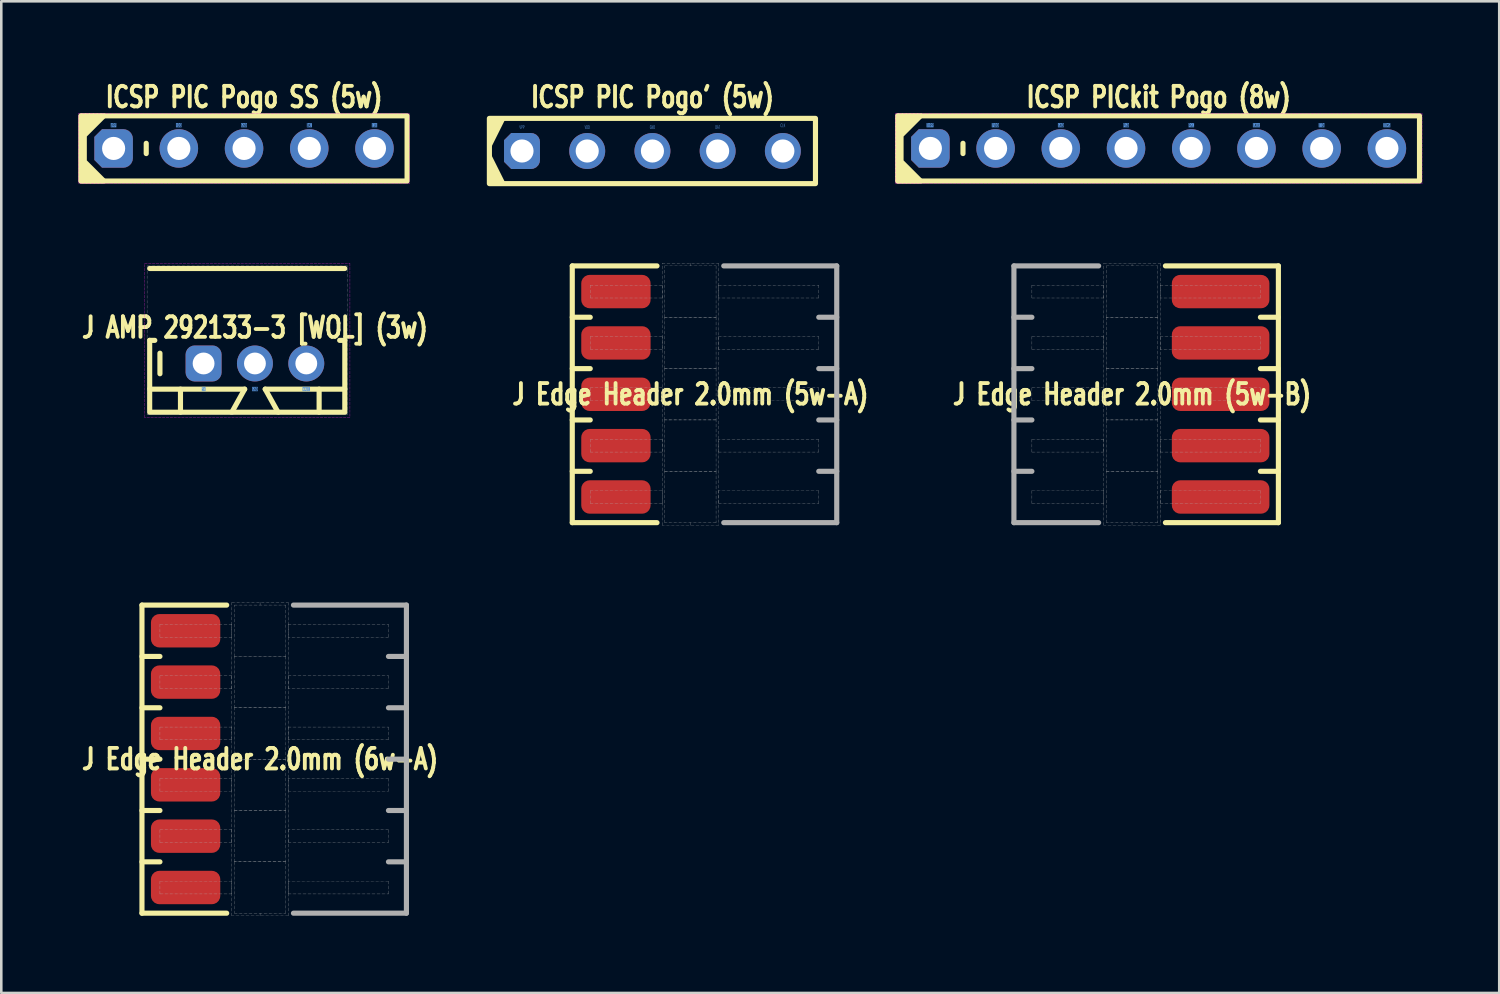
<source format=kicad_pcb>
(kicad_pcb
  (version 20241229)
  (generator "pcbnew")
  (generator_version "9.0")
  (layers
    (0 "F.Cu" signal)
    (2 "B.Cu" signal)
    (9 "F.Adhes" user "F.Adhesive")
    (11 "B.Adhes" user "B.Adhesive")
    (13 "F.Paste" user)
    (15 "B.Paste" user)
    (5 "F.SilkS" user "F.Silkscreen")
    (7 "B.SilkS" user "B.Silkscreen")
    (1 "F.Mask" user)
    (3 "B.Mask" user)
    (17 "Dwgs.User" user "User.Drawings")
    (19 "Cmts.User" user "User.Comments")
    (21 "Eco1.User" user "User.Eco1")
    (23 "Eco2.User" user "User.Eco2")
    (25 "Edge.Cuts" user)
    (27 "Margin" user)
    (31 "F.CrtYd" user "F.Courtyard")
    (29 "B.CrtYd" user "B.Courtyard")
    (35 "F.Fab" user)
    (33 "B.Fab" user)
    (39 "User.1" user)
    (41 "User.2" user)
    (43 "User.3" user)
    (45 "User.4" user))
  (footprint "J Edge Header 2.0mm (5w-B)"
    (layer "F.Cu")
    (at 41.039 12.306)
    (property "Reference" "J Edge Header 2.0mm (5w-B)" (at 0 0 0) (layer "F.SilkS") (effects (font (size 0.8 0.6) (thickness 0.15) (bold yes))))
    (attr through_hole)
    (fp_line (start 5.7 -5) (end 1.3 -5) (stroke (width 0.2) (type default)) (layer "F.SilkS"))
    (fp_line (start 5.7 -3) (end 5 -3) (stroke (width 0.2) (type default)) (layer "F.SilkS"))
    (fp_line (start 5.7 -1) (end 5 -1) (stroke (width 0.2) (type default)) (layer "F.SilkS"))
    (fp_line (start 5.7 1) (end 5 1) (stroke (width 0.2) (type default)) (layer "F.SilkS"))
    (fp_line (start 5.7 3) (end 5 3) (stroke (width 0.2) (type default)) (layer "F.SilkS"))
    (fp_line (start 5.7 5) (end 1.3 5) (stroke (width 0.2) (type default)) (layer "F.SilkS"))
    (fp_line (start 5.7 5) (end 5.7 -5) (stroke (width 0.2) (type default)) (layer "F.SilkS"))
    (fp_line (start -4.6 -5) (end -1.3 -5) (stroke (width 0.2) (type default)) (layer "F.Fab"))
    (fp_line (start -4.6 -3) (end -3.9 -3) (stroke (width 0.2) (type default)) (layer "F.Fab"))
    (fp_line (start -4.6 -1) (end -3.9 -1) (stroke (width 0.2) (type default)) (layer "F.Fab"))
    (fp_line (start -4.6 1) (end -3.9 1) (stroke (width 0.2) (type default)) (layer "F.Fab"))
    (fp_line (start -4.6 3) (end -3.9 3) (stroke (width 0.2) (type default)) (layer "F.Fab"))
    (fp_line (start -4.6 5) (end -4.6 -5) (stroke (width 0.2) (type default)) (layer "F.Fab"))
    (fp_line (start -4.6 5) (end -1.3 5) (stroke (width 0.2) (type default)) (layer "F.Fab"))
    (fp_line (start 0 -5.1) (end 0 -5) (stroke (width 0.01) (type solid)) (layer "F.Fab"))
    (fp_line (start 0 5.1) (end 0 5) (stroke (width 0.01) (type solid)) (layer "F.Fab"))
    (fp_rect (start -1.1 -5.1) (end 1.1 5.1) (stroke (width 0.01) (type dash_dot)) (fill no) (layer "F.Fab"))
    (fp_rect (start -1.1 -4.25) (end -3.9 -3.75) (stroke (width 0.01) (type dash_dot)) (fill no) (layer "F.Fab"))
    (fp_rect (start -1.1 -2.25) (end -3.9 -1.75) (stroke (width 0.01) (type dash_dot)) (fill no) (layer "F.Fab"))
    (fp_rect (start -1.1 -0.25) (end -3.9 0.25) (stroke (width 0.01) (type dash_dot)) (fill no) (layer "F.Fab"))
    (fp_rect (start -1.1 2.25) (end -3.9 1.75) (stroke (width 0.01) (type dash_dot)) (fill no) (layer "F.Fab"))
    (fp_rect (start -1.1 4.25) (end -3.9 3.75) (stroke (width 0.01) (type dash_dot)) (fill no) (layer "F.Fab"))
    (fp_rect (start -1 -5) (end 1 -3) (stroke (width 0.01) (type dash_dot)) (fill no) (layer "F.Fab"))
    (fp_rect (start -1 -1) (end 1 -3) (stroke (width 0.01) (type dash_dot)) (fill no) (layer "F.Fab"))
    (fp_rect (start -1 -1) (end 1 1) (stroke (width 0.01) (type dash_dot)) (fill no) (layer "F.Fab"))
    (fp_rect (start -1 3) (end 1 1) (stroke (width 0.01) (type dash_dot)) (fill no) (layer "F.Fab"))
    (fp_rect (start -1 3) (end 1 5) (stroke (width 0.01) (type dash_dot)) (fill no) (layer "F.Fab"))
    (fp_rect (start 1.1 -4.25) (end 5 -3.75) (stroke (width 0.01) (type dash_dot)) (fill no) (layer "F.Fab"))
    (fp_rect (start 1.1 -2.25) (end 5 -1.75) (stroke (width 0.01) (type dash_dot)) (fill no) (layer "F.Fab"))
    (fp_rect (start 1.1 -0.25) (end 5 0.25) (stroke (width 0.01) (type dash_dot)) (fill no) (layer "F.Fab"))
    (fp_rect (start 1.1 2.25) (end 5 1.75) (stroke (width 0.01) (type dash_dot)) (fill no) (layer "F.Fab"))
    (fp_rect (start 1.1 4.25) (end 5 3.75) (stroke (width 0.01) (type dash_dot)) (fill no) (layer "F.Fab"))
    (pad "1" smd roundrect (at 3.45 -4 180) (size 3.8 1.3) (layers "F.Cu" "F.Mask" "F.Paste") (roundrect_rratio 0.25))
    (pad "2" smd roundrect (at 3.45 -2 180) (size 3.8 1.3) (layers "F.Cu" "F.Mask" "F.Paste") (roundrect_rratio 0.25))
    (pad "3" smd roundrect (at 3.45 0 180) (size 3.8 1.3) (layers "F.Cu" "F.Mask" "F.Paste") (roundrect_rratio 0.25))
    (pad "4" smd roundrect (at 3.45 2 180) (size 3.8 1.3) (layers "F.Cu" "F.Mask" "F.Paste") (roundrect_rratio 0.25))
    (pad "5" smd roundrect (at 3.45 4 180) (size 3.8 1.3) (layers "F.Cu" "F.Mask" "F.Paste") (roundrect_rratio 0.25)))
  (footprint "J AMP 292133-3 [WOL] (3w)"
    (layer "F.Cu")
    (at 6.879 11.106)
    (property "Reference" "J AMP 292133-3 [WOL] (3w)" (at 0 -1.4 0) (layer "F.SilkS") (effects (font (size 0.8 0.6) (thickness 0.15) (bold yes))))
    (attr through_hole)
    (fp_line (start -4.1 1) (end -4.1 -0.9) (stroke (width 0.2) (type default)) (layer "F.SilkS"))
    (fp_line (start -3.9 -0.9) (end -4.1 -0.9) (stroke (width 0.2) (type default)) (layer "F.SilkS"))
    (fp_line (start -3.7 -0.4) (end -3.7 0.4) (stroke (width 0.2) (type default)) (layer "F.SilkS"))
    (fp_line (start -2.9 1) (end -0.4 1) (stroke (width 0.2) (type default)) (layer "F.SilkS"))
    (fp_line (start -0.9 1.9) (end -0.4 1) (stroke (width 0.2) (type default)) (layer "F.SilkS"))
    (fp_line (start 0.9 1.9) (end 0.4 1) (stroke (width 0.2) (type default)) (layer "F.SilkS"))
    (fp_line (start 2.5 1) (end 0.4 1) (stroke (width 0.2) (type default)) (layer "F.SilkS"))
    (fp_line (start 2.5 1.9) (end -2.9 1.9) (stroke (width 0.2) (type default)) (layer "F.SilkS"))
    (fp_line (start 3.3 -0.9) (end 3.5 -0.9) (stroke (width 0.2) (type default)) (layer "F.SilkS"))
    (fp_line (start 3.5 -3.7) (end -4.1 -3.7) (stroke (width 0.2) (type default)) (layer "F.SilkS"))
    (fp_line (start 3.5 1) (end 3.5 -0.9) (stroke (width 0.2) (type default)) (layer "F.SilkS"))
    (fp_rect (start -2.9 1) (end -4.1 1.9) (stroke (width 0.2) (type default)) (fill no) (layer "F.SilkS"))
    (fp_rect (start 3.5 1) (end 2.5 1.9) (stroke (width 0.2) (type default)) (fill no) (layer "F.SilkS"))
    (fp_rect (start -4.3 -3.9) (end 3.7 2.1) (stroke (width 0.01) (type dash)) (fill no) (layer "F.CrtYd"))
    (fp_rect (start -4.2 2) (end 3.6 -3.8) (stroke (width 0.01) (type dash_dot)) (fill no) (layer "F.Fab"))
    (fp_text user "GND" (at 0 1 0) (layer "Cmts.User" knockout) (effects (font (size 0.13 0.07) (thickness 0.01) (bold yes))))
    (fp_text user "WAKE" (at 2 1 0) (layer "Cmts.User" knockout) (effects (font (size 0.13 0.07) (thickness 0.01) (bold yes))))
    (fp_text user "5V" (at -2 1 0) (layer "Cmts.User" knockout) (effects (font (size 0.13 0.07) (thickness 0.01) (bold yes))))
    (pad "1" thru_hole roundrect (at -2 0) (size 1.4 1.4) (drill 0.85) (layers "*.Cu" "*.Mask") (roundrect_rratio 0.25))
    (pad "2" thru_hole circle (at 0 0) (size 1.4 1.4) (drill 0.85) (layers "*.Cu" "*.Mask"))
    (pad "3" thru_hole circle (at 2 0) (size 1.4 1.4) (drill 0.85) (layers "*.Cu" "*.Mask")))
  (footprint "ICSP PIC Pogo' (5w)"
    (layer "F.Cu")
    (at 22.36 2.831)
    (property "Reference" "ICSP PIC Pogo' (5w)" (at 0 -2.1 0) (unlocked yes) (layer "F.SilkS") (effects (font (size 0.8 0.6) (thickness 0.15) (bold yes))))
    (attr smd)
    (fp_rect (start -6.35 -1.27) (end 6.35 1.27) (stroke (width 0.2) (type default)) (fill no) (layer "F.SilkS"))
    (fp_poly (pts (xy -5.715 -1.27) (xy -6.35 -1.27) (xy -6.35 0)) (stroke (width 0) (type solid)) (fill yes) (layer "F.SilkS"))
    (fp_poly (pts (xy -5.715 1.27) (xy -6.35 0) (xy -6.35 1.27)) (stroke (width 0) (type solid)) (fill yes) (layer "F.SilkS"))
    (fp_text user "DAT" (at 2.54 -1 0) (unlocked yes) (layer "Cmts.User") (effects (font (size 0.13 0.07) (thickness 0.01)) (justify top)))
    (fp_text user "VDD" (at -2.54 -1 0) (unlocked yes) (layer "Cmts.User") (effects (font (size 0.13 0.07) (thickness 0.01) (bold yes)) (justify top)))
    (fp_text user "VPP" (at -5.08 -1 0) (unlocked yes) (layer "Cmts.User") (effects (font (size 0.13 0.07) (thickness 0.01) (bold yes)) (justify top)))
    (fp_text user "GND" (at 0 -1 0) (unlocked yes) (layer "Cmts.User") (effects (font (size 0.13 0.07) (thickness 0.01) (bold yes)) (justify top)))
    (fp_text user "CLK" (at 5.08 -1.07 0) (unlocked yes) (layer "Cmts.User") (effects (font (size 0.13 0.07) (thickness 0.01)) (justify top)))
    (pad "1" thru_hole roundrect (at -5.08 0) (size 1.4 1.4) (drill 0.9) (layers "*.Cu" "F.Mask") (roundrect_rratio 0.25) (chamfer_ratio 0.2) (chamfer top_left bottom_left))
    (pad "2" thru_hole circle (at -2.54 0) (size 1.4 1.4) (drill 0.9) (layers "*.Cu" "F.Mask"))
    (pad "3" thru_hole circle (at 0 0) (size 1.4 1.4) (drill 0.9) (layers "*.Cu" "F.Mask"))
    (pad "4" thru_hole circle (at 2.54 0) (size 1.4 1.4) (drill 0.9) (layers "*.Cu" "F.Mask"))
    (pad "5" thru_hole circle (at 5.08 0) (size 1.4 1.4) (drill 0.9) (layers "*.Cu" "F.Mask")))
  (footprint "ICSP PICkit Pogo (8w)"
    (layer "F.Cu")
    (at 42.075 2.731)
    (property "Reference" "ICSP PICkit Pogo (8w)" (at 0 -2 0) (layer "F.SilkS") (effects (font (size 0.8 0.6) (thickness 0.15) (bold yes))))
    (attr through_hole)
    (fp_line (start -7.62 -0.2) (end -7.62 0.2) (stroke (width 0.2) (type default)) (layer "F.SilkS"))
    (fp_rect (start -10.16 -1.27) (end 10.16 1.27) (stroke (width 0.2) (type default)) (fill no) (layer "F.SilkS"))
    (fp_poly (pts (xy -10.033 -0.508) (xy -9.271 -1.27) (xy -10.16 -1.27) (xy -10.16 1.27) (xy -9.271 1.27) (xy -10.033 0.508)) (stroke (width 0.2) (type solid)) (fill yes) (layer "F.SilkS"))
    (fp_rect (start -10.26 -1.37) (end 10.26 1.37) (stroke (width 0.01) (type dash)) (fill no) (layer "F.CrtYd"))
    (fp_text user "TTDI" (at 6.35 -0.9 0) (layer "Cmts.User" knockout) (effects (font (size 0.13 0.07) (thickness 0.01))))
    (fp_text user "PGC" (at 1.27 -0.9 0) (layer "Cmts.User" knockout) (effects (font (size 0.13 0.07) (thickness 0.01))))
    (fp_text user "TTMS" (at 8.89 -0.9 0) (layer "Cmts.User" knockout) (effects (font (size 0.13 0.07) (thickness 0.01))))
    (fp_text user "TAUX" (at 3.81 -0.9 0) (layer "Cmts.User" knockout) (effects (font (size 0.13 0.07) (thickness 0.01))))
    (fp_text user "GND" (at -3.81 -0.9 0) (layer "Cmts.User" knockout) (effects (font (size 0.13 0.07) (thickness 0.01) (bold yes))))
    (fp_text user "TVPP" (at -8.9 -0.9 0) (layer "Cmts.User" knockout) (effects (font (size 0.13 0.07) (thickness 0.01) (bold yes))))
    (fp_text user "TVDD" (at -6.36 -0.9 0) (layer "Cmts.User" knockout) (effects (font (size 0.13 0.07) (thickness 0.01) (bold yes))))
    (fp_text user "PGD" (at -1.27 -0.9 0) (layer "Cmts.User" knockout) (effects (font (size 0.13 0.07) (thickness 0.01))))
    (pad "1" thru_hole roundrect (at -8.89 0) (size 1.5 1.5) (drill 0.9) (layers "*.Cu" "*.Mask") (roundrect_rratio 0.25) (chamfer_ratio 0.2) (chamfer top_left bottom_left))
    (pad "2" thru_hole circle (at -6.35 0) (size 1.5 1.5) (drill 0.9) (layers "*.Cu" "*.Mask"))
    (pad "3" thru_hole circle (at -3.81 0) (size 1.5 1.5) (drill 0.9) (layers "*.Cu" "*.Mask"))
    (pad "4" thru_hole circle (at -1.27 0) (size 1.5 1.5) (drill 0.9) (layers "*.Cu" "*.Mask"))
    (pad "5" thru_hole circle (at 1.27 0) (size 1.5 1.5) (drill 0.9) (layers "*.Cu" "*.Mask"))
    (pad "6" thru_hole circle (at 3.81 0) (size 1.5 1.5) (drill 0.9) (layers "*.Cu" "*.Mask"))
    (pad "7" thru_hole circle (at 6.35 0) (size 1.5 1.5) (drill 0.9) (layers "*.Cu" "*.Mask"))
    (pad "8" thru_hole circle (at 8.89 0) (size 1.5 1.5) (drill 0.9) (layers "*.Cu" "*.Mask")))
  (footprint "ICSP PIC Pogo SS (5w)"
    (layer "F.Cu")
    (at 6.455 2.731)
    (property "Reference" "ICSP PIC Pogo SS (5w)" (at 0 -2 0) (layer "F.SilkS") (effects (font (size 0.8 0.6) (thickness 0.15) (bold yes))))
    (attr through_hole)
    (fp_line (start -3.81 -0.2) (end -3.81 0.2) (stroke (width 0.2) (type default)) (layer "F.SilkS"))
    (fp_rect (start -6.35 -1.27) (end 6.35 1.27) (stroke (width 0.2) (type default)) (fill no) (layer "F.SilkS"))
    (fp_poly (pts (xy -6.223 -0.508) (xy -5.461 -1.27) (xy -6.35 -1.27) (xy -6.35 1.27) (xy -5.461 1.27) (xy -6.223 0.508)) (stroke (width 0.2) (type solid)) (fill yes) (layer "F.SilkS"))
    (fp_rect (start -6.45 -1.37) (end 6.45 1.37) (stroke (width 0.01) (type dash)) (fill no) (layer "F.CrtYd"))
    (fp_text user "VPP" (at -5.08 -0.9 0) (layer "Cmts.User" knockout) (effects (font (size 0.13 0.07) (thickness 0.01) (bold yes))))
    (fp_text user "GND" (at 0 -0.9 0) (layer "Cmts.User" knockout) (effects (font (size 0.13 0.07) (thickness 0.01) (bold yes))))
    (fp_text user "DAT" (at 2.54 -0.9 0) (layer "Cmts.User" knockout) (effects (font (size 0.13 0.07) (thickness 0.01))))
    (fp_text user "VDD" (at -2.54 -0.9 0) (layer "Cmts.User" knockout) (effects (font (size 0.13 0.07) (thickness 0.01) (bold yes))))
    (fp_text user "CLK" (at 5.08 -0.9 0) (layer "Cmts.User" knockout) (effects (font (size 0.13 0.07) (thickness 0.01))))
    (pad "1" thru_hole roundrect (at -5.08 0) (size 1.5 1.5) (drill 0.9) (layers "*.Cu" "F.Mask") (roundrect_rratio 0.25) (chamfer_ratio 0.2) (chamfer top_left bottom_left))
    (pad "2" thru_hole circle (at -2.54 0) (size 1.5 1.5) (drill 0.9) (layers "*.Cu" "F.Mask"))
    (pad "3" thru_hole circle (at 0 0) (size 1.5 1.5) (drill 0.9) (layers "*.Cu" "F.Mask"))
    (pad "4" thru_hole circle (at 2.54 0) (size 1.5 1.5) (drill 0.9) (layers "*.Cu" "F.Mask"))
    (pad "5" thru_hole circle (at 5.08 0) (size 1.5 1.5) (drill 0.9) (layers "*.Cu" "F.Mask")))
  (footprint "J Edge Header 2.0mm (6w-A)"
    (layer "F.Cu")
    (at 7.079 26.516)
    (property "Reference" "J Edge Header 2.0mm (6w-A)" (at 0 0 0) (layer "F.SilkS") (effects (font (size 0.8 0.6) (thickness 0.15) (bold yes))))
    (attr through_hole)
    (fp_line (start -4.6 -6) (end -1.3 -6) (stroke (width 0.2) (type default)) (layer "F.SilkS"))
    (fp_line (start -4.6 -4) (end -3.9 -4) (stroke (width 0.2) (type default)) (layer "F.SilkS"))
    (fp_line (start -4.6 -2) (end -3.9 -2) (stroke (width 0.2) (type default)) (layer "F.SilkS"))
    (fp_line (start -4.6 0) (end -3.9 0) (stroke (width 0.2) (type default)) (layer "F.SilkS"))
    (fp_line (start -4.6 2) (end -3.9 2) (stroke (width 0.2) (type default)) (layer "F.SilkS"))
    (fp_line (start -4.6 4) (end -3.9 4) (stroke (width 0.2) (type default)) (layer "F.SilkS"))
    (fp_line (start -4.6 6) (end -4.6 -6) (stroke (width 0.2) (type default)) (layer "F.SilkS"))
    (fp_line (start -4.6 6) (end -1.3 6) (stroke (width 0.2) (type default)) (layer "F.SilkS"))
    (fp_line (start 0 -6.1) (end 0 -6) (stroke (width 0.01) (type solid)) (layer "F.Fab"))
    (fp_line (start 0 6.1) (end 0 6) (stroke (width 0.01) (type solid)) (layer "F.Fab"))
    (fp_line (start 5.7 -6) (end 1.3 -6) (stroke (width 0.2) (type default)) (layer "F.Fab"))
    (fp_line (start 5.7 -4) (end 5 -4) (stroke (width 0.2) (type default)) (layer "F.Fab"))
    (fp_line (start 5.7 -2) (end 5 -2) (stroke (width 0.2) (type default)) (layer "F.Fab"))
    (fp_line (start 5.7 0) (end 5 0) (stroke (width 0.2) (type default)) (layer "F.Fab"))
    (fp_line (start 5.7 2) (end 5 2) (stroke (width 0.2) (type default)) (layer "F.Fab"))
    (fp_line (start 5.7 4) (end 5 4) (stroke (width 0.2) (type default)) (layer "F.Fab"))
    (fp_line (start 5.7 6) (end 1.3 6) (stroke (width 0.2) (type default)) (layer "F.Fab"))
    (fp_line (start 5.7 6) (end 5.7 -6) (stroke (width 0.2) (type default)) (layer "F.Fab"))
    (fp_rect (start -1.1 -6.1) (end 1.1 6.1) (stroke (width 0.01) (type dash_dot)) (fill no) (layer "F.Fab"))
    (fp_rect (start -1.1 -5.25) (end -3.9 -4.75) (stroke (width 0.01) (type dash_dot)) (fill no) (layer "F.Fab"))
    (fp_rect (start -1.1 -3.25) (end -3.9 -2.75) (stroke (width 0.01) (type dash_dot)) (fill no) (layer "F.Fab"))
    (fp_rect (start -1.1 -1.25) (end -3.9 -0.75) (stroke (width 0.01) (type dash_dot)) (fill no) (layer "F.Fab"))
    (fp_rect (start -1.1 1.25) (end -3.9 0.75) (stroke (width 0.01) (type dash_dot)) (fill no) (layer "F.Fab"))
    (fp_rect (start -1.1 3.25) (end -3.9 2.75) (stroke (width 0.01) (type dash_dot)) (fill no) (layer "F.Fab"))
    (fp_rect (start -1.1 5.25) (end -3.9 4.75) (stroke (width 0.01) (type dash_dot)) (fill no) (layer "F.Fab"))
    (fp_rect (start -1 -6) (end 1 -4) (stroke (width 0.01) (type dash_dot)) (fill no) (layer "F.Fab"))
    (fp_rect (start -1 -4) (end 1 -2) (stroke (width 0.01) (type dash_dot)) (fill no) (layer "F.Fab"))
    (fp_rect (start -1 -2) (end 1 0) (stroke (width 0.01) (type dash_dot)) (fill no) (layer "F.Fab"))
    (fp_rect (start -1 2) (end 1 0) (stroke (width 0.01) (type dash_dot)) (fill no) (layer "F.Fab"))
    (fp_rect (start -1 2) (end 1 4) (stroke (width 0.01) (type dash_dot)) (fill no) (layer "F.Fab"))
    (fp_rect (start -1 6) (end 1 4) (stroke (width 0.01) (type dash_dot)) (fill no) (layer "F.Fab"))
    (fp_rect (start 1.1 -5.25) (end 5 -4.75) (stroke (width 0.01) (type dash_dot)) (fill no) (layer "F.Fab"))
    (fp_rect (start 1.1 -3.25) (end 5 -2.75) (stroke (width 0.01) (type dash_dot)) (fill no) (layer "F.Fab"))
    (fp_rect (start 1.1 -1.25) (end 5 -0.75) (stroke (width 0.01) (type dash_dot)) (fill no) (layer "F.Fab"))
    (fp_rect (start 1.1 1.25) (end 5 0.75) (stroke (width 0.01) (type dash_dot)) (fill no) (layer "F.Fab"))
    (fp_rect (start 1.1 3.25) (end 5 2.75) (stroke (width 0.01) (type dash_dot)) (fill no) (layer "F.Fab"))
    (fp_rect (start 1.1 5.25) (end 5 4.75) (stroke (width 0.01) (type dash_dot)) (fill no) (layer "F.Fab"))
    (pad "1" smd roundrect (at -2.9 -5 180) (size 2.7 1.3) (layers "F.Cu" "F.Mask" "F.Paste") (roundrect_rratio 0.25))
    (pad "2" smd roundrect (at -2.9 -3 180) (size 2.7 1.3) (layers "F.Cu" "F.Mask" "F.Paste") (roundrect_rratio 0.25))
    (pad "3" smd roundrect (at -2.9 -1 180) (size 2.7 1.3) (layers "F.Cu" "F.Mask" "F.Paste") (roundrect_rratio 0.25))
    (pad "4" smd roundrect (at -2.9 1 180) (size 2.7 1.3) (layers "F.Cu" "F.Mask" "F.Paste") (roundrect_rratio 0.25))
    (pad "5" smd roundrect (at -2.9 3 180) (size 2.7 1.3) (layers "F.Cu" "F.Mask" "F.Paste") (roundrect_rratio 0.25))
    (pad "6" smd roundrect (at -2.9 5 180) (size 2.7 1.3) (layers "F.Cu" "F.Mask" "F.Paste") (roundrect_rratio 0.25)))
  (footprint "J Edge Header 2.0mm (5w-A)"
    (layer "F.Cu")
    (at 23.838 12.306)
    (property "Reference" "J Edge Header 2.0mm (5w-A)" (at 0 0 0) (layer "F.SilkS") (effects (font (size 0.8 0.6) (thickness 0.15) (bold yes))))
    (attr through_hole)
    (fp_line (start -4.6 -5) (end -1.3 -5) (stroke (width 0.2) (type default)) (layer "F.SilkS"))
    (fp_line (start -4.6 -3) (end -3.9 -3) (stroke (width 0.2) (type default)) (layer "F.SilkS"))
    (fp_line (start -4.6 -1) (end -3.9 -1) (stroke (width 0.2) (type default)) (layer "F.SilkS"))
    (fp_line (start -4.6 1) (end -3.9 1) (stroke (width 0.2) (type default)) (layer "F.SilkS"))
    (fp_line (start -4.6 3) (end -3.9 3) (stroke (width 0.2) (type default)) (layer "F.SilkS"))
    (fp_line (start -4.6 5) (end -4.6 -5) (stroke (width 0.2) (type default)) (layer "F.SilkS"))
    (fp_line (start -4.6 5) (end -1.3 5) (stroke (width 0.2) (type default)) (layer "F.SilkS"))
    (fp_line (start 0 -5.1) (end 0 -5) (stroke (width 0.01) (type solid)) (layer "F.Fab"))
    (fp_line (start 0 5.1) (end 0 5) (stroke (width 0.01) (type solid)) (layer "F.Fab"))
    (fp_line (start 5.7 -5) (end 1.3 -5) (stroke (width 0.2) (type default)) (layer "F.Fab"))
    (fp_line (start 5.7 -3) (end 5 -3) (stroke (width 0.2) (type default)) (layer "F.Fab"))
    (fp_line (start 5.7 -1) (end 5 -1) (stroke (width 0.2) (type default)) (layer "F.Fab"))
    (fp_line (start 5.7 1) (end 5 1) (stroke (width 0.2) (type default)) (layer "F.Fab"))
    (fp_line (start 5.7 3) (end 5 3) (stroke (width 0.2) (type default)) (layer "F.Fab"))
    (fp_line (start 5.7 5) (end 1.3 5) (stroke (width 0.2) (type default)) (layer "F.Fab"))
    (fp_line (start 5.7 5) (end 5.7 -5) (stroke (width 0.2) (type default)) (layer "F.Fab"))
    (fp_rect (start -1.1 -5.1) (end 1.1 5.1) (stroke (width 0.01) (type dash_dot)) (fill no) (layer "F.Fab"))
    (fp_rect (start -1.1 -4.25) (end -3.9 -3.75) (stroke (width 0.01) (type dash_dot)) (fill no) (layer "F.Fab"))
    (fp_rect (start -1.1 -2.25) (end -3.9 -1.75) (stroke (width 0.01) (type dash_dot)) (fill no) (layer "F.Fab"))
    (fp_rect (start -1.1 -0.25) (end -3.9 0.25) (stroke (width 0.01) (type dash_dot)) (fill no) (layer "F.Fab"))
    (fp_rect (start -1.1 2.25) (end -3.9 1.75) (stroke (width 0.01) (type dash_dot)) (fill no) (layer "F.Fab"))
    (fp_rect (start -1.1 4.25) (end -3.9 3.75) (stroke (width 0.01) (type dash_dot)) (fill no) (layer "F.Fab"))
    (fp_rect (start -1 -5) (end 1 -3) (stroke (width 0.01) (type dash_dot)) (fill no) (layer "F.Fab"))
    (fp_rect (start -1 -3) (end 1 -1) (stroke (width 0.01) (type dash_dot)) (fill no) (layer "F.Fab"))
    (fp_rect (start -1 -1) (end 1 1) (stroke (width 0.01) (type dash_dot)) (fill no) (layer "F.Fab"))
    (fp_rect (start -1 3) (end 1 1) (stroke (width 0.01) (type dash_dot)) (fill no) (layer "F.Fab"))
    (fp_rect (start -1 3) (end 1 5) (stroke (width 0.01) (type dash_dot)) (fill no) (layer "F.Fab"))
    (fp_rect (start 1.1 -4.25) (end 5 -3.75) (stroke (width 0.01) (type dash_dot)) (fill no) (layer "F.Fab"))
    (fp_rect (start 1.1 -2.25) (end 5 -1.75) (stroke (width 0.01) (type dash_dot)) (fill no) (layer "F.Fab"))
    (fp_rect (start 1.1 -0.25) (end 5 0.25) (stroke (width 0.01) (type dash_dot)) (fill no) (layer "F.Fab"))
    (fp_rect (start 1.1 2.25) (end 5 1.75) (stroke (width 0.01) (type dash_dot)) (fill no) (layer "F.Fab"))
    (fp_rect (start 1.1 4.25) (end 5 3.75) (stroke (width 0.01) (type dash_dot)) (fill no) (layer "F.Fab"))
    (pad "1" smd roundrect (at -2.9 -4 180) (size 2.7 1.3) (layers "F.Cu" "F.Mask" "F.Paste") (roundrect_rratio 0.25))
    (pad "2" smd roundrect (at -2.9 -2 180) (size 2.7 1.3) (layers "F.Cu" "F.Mask" "F.Paste") (roundrect_rratio 0.25))
    (pad "3" smd roundrect (at -2.9 0 180) (size 2.7 1.3) (layers "F.Cu" "F.Mask" "F.Paste") (roundrect_rratio 0.25))
    (pad "4" smd roundrect (at -2.9 2 180) (size 2.7 1.3) (layers "F.Cu" "F.Mask" "F.Paste") (roundrect_rratio 0.25))
    (pad "5" smd roundrect (at -2.9 4 180) (size 2.7 1.3) (layers "F.Cu" "F.Mask" "F.Paste") (roundrect_rratio 0.25)))
  (gr_rect
    (start -3 -3)
    (end 55.34 35.621)
    (stroke (width 0.1) (type default))
    (fill no)
    (layer "Edge.Cuts")))
</source>
